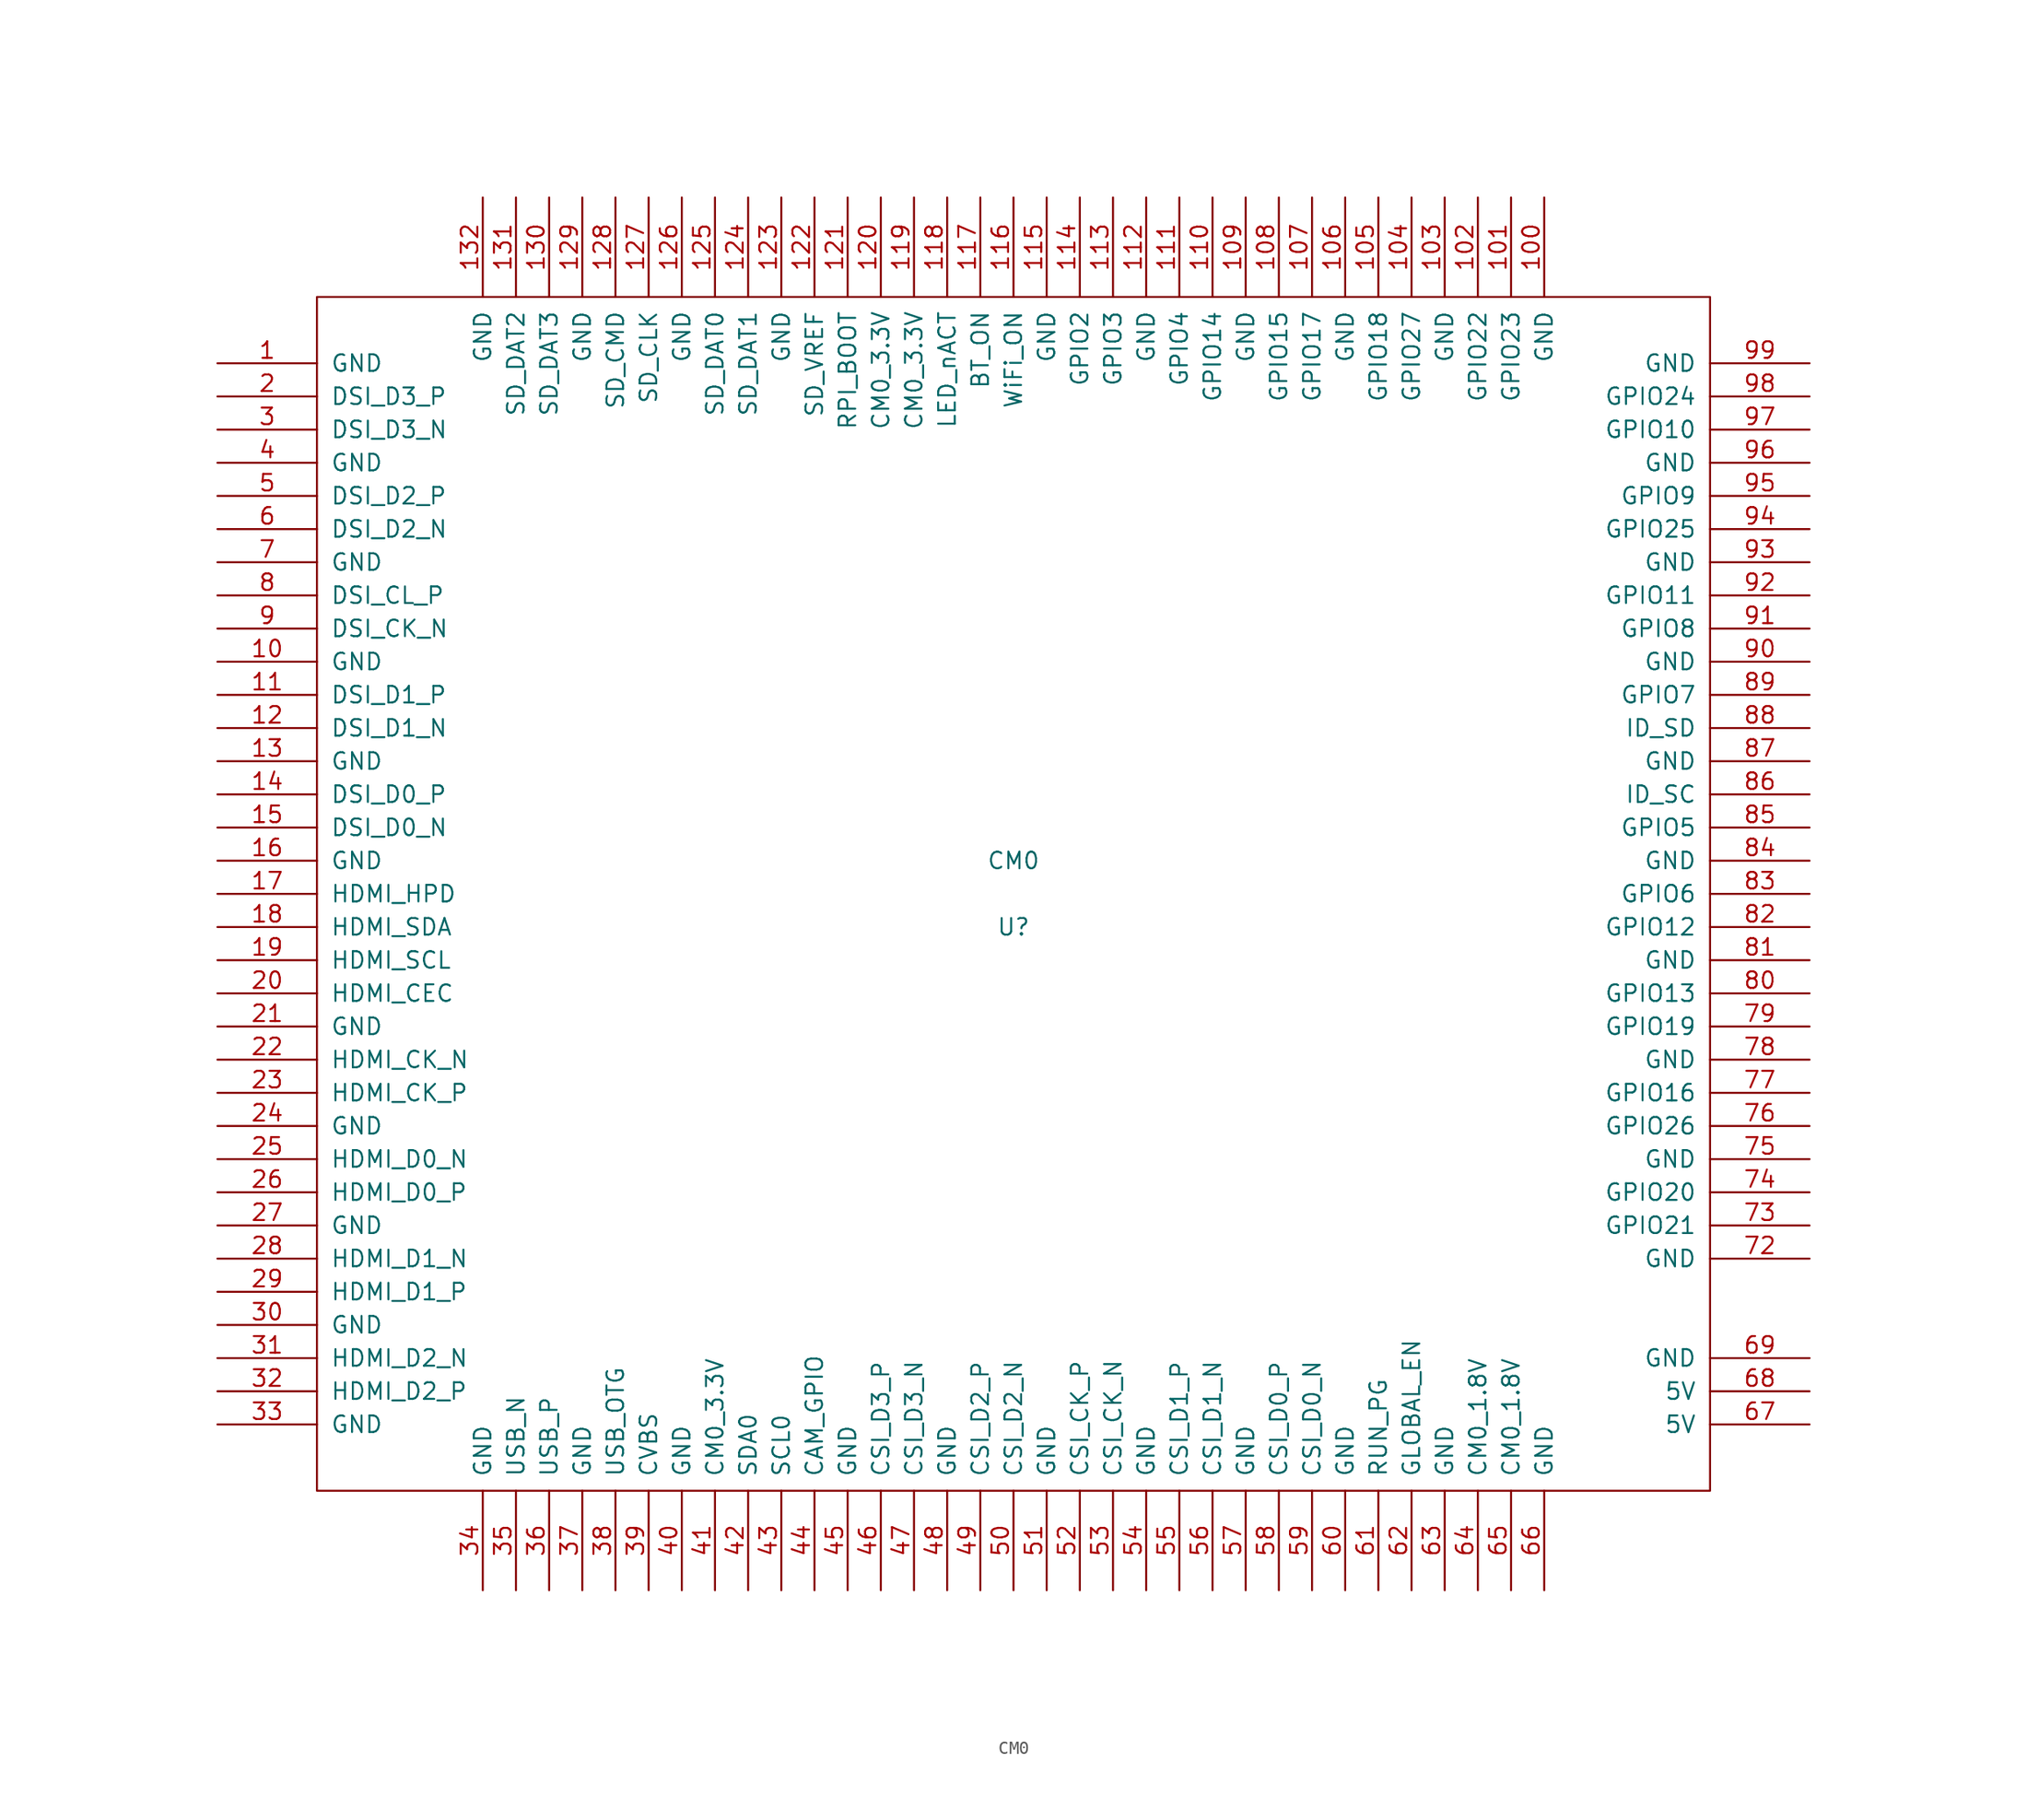
<source format=kicad_sym>
(kicad_symbol_lib
  (version 20241209)
  (generator "kicad_symbol_editor")
  (generator_version "9.0")
  (symbol "CM0"
    (pin_names
      (offset 1.016))
    (property "Reference" "U"
      (at 0 -2.54 0)
      (effects (font (size 1.27 1.27))))
    (property "Value" "CM0"
      (at 0 2.54 0)
      (effects (font (size 1.27 1.27))))
    (symbol "CM0_1_0"
      (rectangle (start -53.34 -45.72) (end 53.34 45.72) (stroke (width 0) (type solid)) (fill (type none))))
    (symbol "CM0_1_1"
      (pin passive line (at -60.96 40.64 0) (length 7.62) (name "GND" (effects (font (size 1.27 1.27)))) (number "1" (effects (font (size 1.27 1.27)))))
      (pin output line (at -60.96 38.1 0) (length 7.62) (name "DSI_D3_P" (effects (font (size 1.27 1.27)))) (number "2" (effects (font (size 1.27 1.27)))))
      (pin output line (at -60.96 35.56 0) (length 7.62) (name "DSI_D3_N" (effects (font (size 1.27 1.27)))) (number "3" (effects (font (size 1.27 1.27)))))
      (pin passive line (at -60.96 33.02 0) (length 7.62) (name "GND" (effects (font (size 1.27 1.27)))) (number "4" (effects (font (size 1.27 1.27)))))
      (pin output line (at -60.96 30.48 0) (length 7.62) (name "DSI_D2_P" (effects (font (size 1.27 1.27)))) (number "5" (effects (font (size 1.27 1.27)))))
      (pin output line (at -60.96 27.94 0) (length 7.62) (name "DSI_D2_N" (effects (font (size 1.27 1.27)))) (number "6" (effects (font (size 1.27 1.27)))))
      (pin passive line (at -60.96 25.4 0) (length 7.62) (name "GND" (effects (font (size 1.27 1.27)))) (number "7" (effects (font (size 1.27 1.27)))))
      (pin output line (at -60.96 22.86 0) (length 7.62) (name "DSI_CL_P" (effects (font (size 1.27 1.27)))) (number "8" (effects (font (size 1.27 1.27)))))
      (pin output line (at -60.96 20.32 0) (length 7.62) (name "DSI_CK_N" (effects (font (size 1.27 1.27)))) (number "9" (effects (font (size 1.27 1.27)))))
      (pin passive line (at -60.96 17.78 0) (length 7.62) (name "GND" (effects (font (size 1.27 1.27)))) (number "10" (effects (font (size 1.27 1.27)))))
      (pin output line (at -60.96 15.24 0) (length 7.62) (name "DSI_D1_P" (effects (font (size 1.27 1.27)))) (number "11" (effects (font (size 1.27 1.27)))))
      (pin output line (at -60.96 12.7 0) (length 7.62) (name "DSI_D1_N" (effects (font (size 1.27 1.27)))) (number "12" (effects (font (size 1.27 1.27)))))
      (pin passive line (at -60.96 10.16 0) (length 7.62) (name "GND" (effects (font (size 1.27 1.27)))) (number "13" (effects (font (size 1.27 1.27)))))
      (pin output line (at -60.96 7.62 0) (length 7.62) (name "DSI_D0_P" (effects (font (size 1.27 1.27)))) (number "14" (effects (font (size 1.27 1.27)))))
      (pin output line (at -60.96 5.08 0) (length 7.62) (name "DSI_D0_N" (effects (font (size 1.27 1.27)))) (number "15" (effects (font (size 1.27 1.27)))))
      (pin passive line (at -60.96 2.54 0) (length 7.62) (name "GND" (effects (font (size 1.27 1.27)))) (number "16" (effects (font (size 1.27 1.27)))))
      (pin input line (at -60.96 0 0) (length 7.62) (name "HDMI_HPD" (effects (font (size 1.27 1.27)))) (number "17" (effects (font (size 1.27 1.27)))))
      (pin bidirectional line (at -60.96 -2.54 0) (length 7.62) (name "HDMI_SDA" (effects (font (size 1.27 1.27)))) (number "18" (effects (font (size 1.27 1.27)))))
      (pin bidirectional line (at -60.96 -5.08 0) (length 7.62) (name "HDMI_SCL" (effects (font (size 1.27 1.27)))) (number "19" (effects (font (size 1.27 1.27)))))
      (pin input line (at -60.96 -7.62 0) (length 7.62) (name "HDMI_CEC" (effects (font (size 1.27 1.27)))) (number "20" (effects (font (size 1.27 1.27)))))
      (pin passive line (at -60.96 -10.16 0) (length 7.62) (name "GND" (effects (font (size 1.27 1.27)))) (number "21" (effects (font (size 1.27 1.27)))))
      (pin output line (at -60.96 -12.7 0) (length 7.62) (name "HDMI_CK_N" (effects (font (size 1.27 1.27)))) (number "22" (effects (font (size 1.27 1.27)))))
      (pin output line (at -60.96 -15.24 0) (length 7.62) (name "HDMI_CK_P" (effects (font (size 1.27 1.27)))) (number "23" (effects (font (size 1.27 1.27)))))
      (pin passive line (at -60.96 -17.78 0) (length 7.62) (name "GND" (effects (font (size 1.27 1.27)))) (number "24" (effects (font (size 1.27 1.27)))))
      (pin output line (at -60.96 -20.32 0) (length 7.62) (name "HDMI_D0_N" (effects (font (size 1.27 1.27)))) (number "25" (effects (font (size 1.27 1.27)))))
      (pin output line (at -60.96 -22.86 0) (length 7.62) (name "HDMI_D0_P" (effects (font (size 1.27 1.27)))) (number "26" (effects (font (size 1.27 1.27)))))
      (pin passive line (at -60.96 -25.4 0) (length 7.62) (name "GND" (effects (font (size 1.27 1.27)))) (number "27" (effects (font (size 1.27 1.27)))))
      (pin output line (at -60.96 -27.94 0) (length 7.62) (name "HDMI_D1_N" (effects (font (size 1.27 1.27)))) (number "28" (effects (font (size 1.27 1.27)))))
      (pin output line (at -60.96 -30.48 0) (length 7.62) (name "HDMI_D1_P" (effects (font (size 1.27 1.27)))) (number "29" (effects (font (size 1.27 1.27)))))
      (pin passive line (at -60.96 -33.02 0) (length 7.62) (name "GND" (effects (font (size 1.27 1.27)))) (number "30" (effects (font (size 1.27 1.27)))))
      (pin output line (at -60.96 -35.56 0) (length 7.62) (name "HDMI_D2_N" (effects (font (size 1.27 1.27)))) (number "31" (effects (font (size 1.27 1.27)))))
      (pin output line (at -60.96 -38.1 0) (length 7.62) (name "HDMI_D2_P" (effects (font (size 1.27 1.27)))) (number "32" (effects (font (size 1.27 1.27)))))
      (pin passive line (at -60.96 -40.64 0) (length 7.62) (name "GND" (effects (font (size 1.27 1.27)))) (number "33" (effects (font (size 1.27 1.27)))))
      (pin passive line (at -40.64 53.34 270) (length 7.62) (name "GND" (effects (font (size 1.27 1.27)))) (number "132" (effects (font (size 1.27 1.27)))))
      (pin passive line (at -40.64 -53.34 90) (length 7.62) (name "GND" (effects (font (size 1.27 1.27)))) (number "34" (effects (font (size 1.27 1.27)))))
      (pin bidirectional line (at -38.1 53.34 270) (length 7.62) (name "SD_DAT2" (effects (font (size 1.27 1.27)))) (number "131" (effects (font (size 1.27 1.27)))))
      (pin bidirectional line (at -38.1 -53.34 90) (length 7.62) (name "USB_N" (effects (font (size 1.27 1.27)))) (number "35" (effects (font (size 1.27 1.27)))))
      (pin bidirectional line (at -35.56 53.34 270) (length 7.62) (name "SD_DAT3" (effects (font (size 1.27 1.27)))) (number "130" (effects (font (size 1.27 1.27)))))
      (pin tri_state line (at -35.56 -53.34 90) (length 7.62) (name "USB_P" (effects (font (size 1.27 1.27)))) (number "36" (effects (font (size 1.27 1.27)))))
      (pin passive line (at -33.02 53.34 270) (length 7.62) (name "GND" (effects (font (size 1.27 1.27)))) (number "129" (effects (font (size 1.27 1.27)))))
      (pin passive line (at -33.02 -53.34 90) (length 7.62) (name "GND" (effects (font (size 1.27 1.27)))) (number "37" (effects (font (size 1.27 1.27)))))
      (pin bidirectional line (at -30.48 53.34 270) (length 7.62) (name "SD_CMD" (effects (font (size 1.27 1.27)))) (number "128" (effects (font (size 1.27 1.27)))))
      (pin input line (at -30.48 -53.34 90) (length 7.62) (name "USB_OTG" (effects (font (size 1.27 1.27)))) (number "38" (effects (font (size 1.27 1.27)))))
      (pin output line (at -27.94 53.34 270) (length 7.62) (name "SD_CLK" (effects (font (size 1.27 1.27)))) (number "127" (effects (font (size 1.27 1.27)))))
      (pin output line (at -27.94 -53.34 90) (length 7.62) (name "CVBS" (effects (font (size 1.27 1.27)))) (number "39" (effects (font (size 1.27 1.27)))))
      (pin passive line (at -25.4 53.34 270) (length 7.62) (name "GND" (effects (font (size 1.27 1.27)))) (number "126" (effects (font (size 1.27 1.27)))))
      (pin passive line (at -25.4 -53.34 90) (length 7.62) (name "GND" (effects (font (size 1.27 1.27)))) (number "40" (effects (font (size 1.27 1.27)))))
      (pin bidirectional line (at -22.86 53.34 270) (length 7.62) (name "SD_DAT0" (effects (font (size 1.27 1.27)))) (number "125" (effects (font (size 1.27 1.27)))))
      (pin power_out line (at -22.86 -53.34 90) (length 7.62) (name "CM0_3.3V" (effects (font (size 1.27 1.27)))) (number "41" (effects (font (size 1.27 1.27)))))
      (pin bidirectional line (at -20.32 53.34 270) (length 7.62) (name "SD_DAT1" (effects (font (size 1.27 1.27)))) (number "124" (effects (font (size 1.27 1.27)))))
      (pin bidirectional line (at -20.32 -53.34 90) (length 7.62) (name "SDA0" (effects (font (size 1.27 1.27)))) (number "42" (effects (font (size 1.27 1.27)))))
      (pin passive line (at -17.78 53.34 270) (length 7.62) (name "GND" (effects (font (size 1.27 1.27)))) (number "123" (effects (font (size 1.27 1.27)))))
      (pin bidirectional line (at -17.78 -53.34 90) (length 7.62) (name "SCL0" (effects (font (size 1.27 1.27)))) (number "43" (effects (font (size 1.27 1.27)))))
      (pin input line (at -15.24 53.34 270) (length 7.62) (name "SD_VREF" (effects (font (size 1.27 1.27)))) (number "122" (effects (font (size 1.27 1.27)))))
      (pin bidirectional line (at -15.24 -53.34 90) (length 7.62) (name "CAM_GPIO" (effects (font (size 1.27 1.27)))) (number "44" (effects (font (size 1.27 1.27)))))
      (pin input line (at -12.7 53.34 270) (length 7.62) (name "RPI_BOOT" (effects (font (size 1.27 1.27)))) (number "121" (effects (font (size 1.27 1.27)))))
      (pin passive line (at -12.7 -53.34 90) (length 7.62) (name "GND" (effects (font (size 1.27 1.27)))) (number "45" (effects (font (size 1.27 1.27)))))
      (pin power_out line (at -10.16 53.34 270) (length 7.62) (name "CM0_3.3V" (effects (font (size 1.27 1.27)))) (number "120" (effects (font (size 1.27 1.27)))))
      (pin input line (at -10.16 -53.34 90) (length 7.62) (name "CSI_D3_P" (effects (font (size 1.27 1.27)))) (number "46" (effects (font (size 1.27 1.27)))))
      (pin power_out line (at -7.62 53.34 270) (length 7.62) (name "CM0_3.3V" (effects (font (size 1.27 1.27)))) (number "119" (effects (font (size 1.27 1.27)))))
      (pin input line (at -7.62 -53.34 90) (length 7.62) (name "CSI_D3_N" (effects (font (size 1.27 1.27)))) (number "47" (effects (font (size 1.27 1.27)))))
      (pin output line (at -5.08 53.34 270) (length 7.62) (name "LED_nACT" (effects (font (size 1.27 1.27)))) (number "118" (effects (font (size 1.27 1.27)))))
      (pin passive line (at -5.08 -53.34 90) (length 7.62) (name "GND" (effects (font (size 1.27 1.27)))) (number "48" (effects (font (size 1.27 1.27)))))
      (pin input line (at -2.54 53.34 270) (length 7.62) (name "BT_ON" (effects (font (size 1.27 1.27)))) (number "117" (effects (font (size 1.27 1.27)))))
      (pin input line (at -2.54 -53.34 90) (length 7.62) (name "CSI_D2_P" (effects (font (size 1.27 1.27)))) (number "49" (effects (font (size 1.27 1.27)))))
      (pin input line (at 0 53.34 270) (length 7.62) (name "WiFi_ON" (effects (font (size 1.27 1.27)))) (number "116" (effects (font (size 1.27 1.27)))))
      (pin input line (at 0 -53.34 90) (length 7.62) (name "CSI_D2_N" (effects (font (size 1.27 1.27)))) (number "50" (effects (font (size 1.27 1.27)))))
      (pin passive line (at 2.54 53.34 270) (length 7.62) (name "GND" (effects (font (size 1.27 1.27)))) (number "115" (effects (font (size 1.27 1.27)))))
      (pin passive line (at 2.54 -53.34 90) (length 7.62) (name "GND" (effects (font (size 1.27 1.27)))) (number "51" (effects (font (size 1.27 1.27)))))
      (pin bidirectional line (at 5.08 53.34 270) (length 7.62) (name "GPIO2" (effects (font (size 1.27 1.27)))) (number "114" (effects (font (size 1.27 1.27)))))
      (pin input line (at 5.08 -53.34 90) (length 7.62) (name "CSI_CK_P" (effects (font (size 1.27 1.27)))) (number "52" (effects (font (size 1.27 1.27)))))
      (pin bidirectional line (at 7.62 53.34 270) (length 7.62) (name "GPIO3" (effects (font (size 1.27 1.27)))) (number "113" (effects (font (size 1.27 1.27)))))
      (pin input line (at 7.62 -53.34 90) (length 7.62) (name "CSI_CK_N" (effects (font (size 1.27 1.27)))) (number "53" (effects (font (size 1.27 1.27)))))
      (pin passive line (at 10.16 53.34 270) (length 7.62) (name "GND" (effects (font (size 1.27 1.27)))) (number "112" (effects (font (size 1.27 1.27)))))
      (pin passive line (at 10.16 -53.34 90) (length 7.62) (name "GND" (effects (font (size 1.27 1.27)))) (number "54" (effects (font (size 1.27 1.27)))))
      (pin bidirectional line (at 12.7 53.34 270) (length 7.62) (name "GPIO4" (effects (font (size 1.27 1.27)))) (number "111" (effects (font (size 1.27 1.27)))))
      (pin input line (at 12.7 -53.34 90) (length 7.62) (name "CSI_D1_P" (effects (font (size 1.27 1.27)))) (number "55" (effects (font (size 1.27 1.27)))))
      (pin bidirectional line (at 15.24 53.34 270) (length 7.62) (name "GPIO14" (effects (font (size 1.27 1.27)))) (number "110" (effects (font (size 1.27 1.27)))))
      (pin input line (at 15.24 -53.34 90) (length 7.62) (name "CSI_D1_N" (effects (font (size 1.27 1.27)))) (number "56" (effects (font (size 1.27 1.27)))))
      (pin passive line (at 17.78 53.34 270) (length 7.62) (name "GND" (effects (font (size 1.27 1.27)))) (number "109" (effects (font (size 1.27 1.27)))))
      (pin passive line (at 17.78 -53.34 90) (length 7.62) (name "GND" (effects (font (size 1.27 1.27)))) (number "57" (effects (font (size 1.27 1.27)))))
      (pin bidirectional line (at 20.32 53.34 270) (length 7.62) (name "GPIO15" (effects (font (size 1.27 1.27)))) (number "108" (effects (font (size 1.27 1.27)))))
      (pin input line (at 20.32 -53.34 90) (length 7.62) (name "CSI_D0_P" (effects (font (size 1.27 1.27)))) (number "58" (effects (font (size 1.27 1.27)))))
      (pin bidirectional line (at 22.86 53.34 270) (length 7.62) (name "GPIO17" (effects (font (size 1.27 1.27)))) (number "107" (effects (font (size 1.27 1.27)))))
      (pin input line (at 22.86 -53.34 90) (length 7.62) (name "CSI_D0_N" (effects (font (size 1.27 1.27)))) (number "59" (effects (font (size 1.27 1.27)))))
      (pin passive line (at 25.4 53.34 270) (length 7.62) (name "GND" (effects (font (size 1.27 1.27)))) (number "106" (effects (font (size 1.27 1.27)))))
      (pin passive line (at 25.4 -53.34 90) (length 7.62) (name "GND" (effects (font (size 1.27 1.27)))) (number "60" (effects (font (size 1.27 1.27)))))
      (pin bidirectional line (at 27.94 53.34 270) (length 7.62) (name "GPIO18" (effects (font (size 1.27 1.27)))) (number "105" (effects (font (size 1.27 1.27)))))
      (pin bidirectional line (at 27.94 -53.34 90) (length 7.62) (name "RUN_PG" (effects (font (size 1.27 1.27)))) (number "61" (effects (font (size 1.27 1.27)))))
      (pin bidirectional line (at 30.48 53.34 270) (length 7.62) (name "GPIO27" (effects (font (size 1.27 1.27)))) (number "104" (effects (font (size 1.27 1.27)))))
      (pin input line (at 30.48 -53.34 90) (length 7.62) (name "GLOBAL_EN" (effects (font (size 1.27 1.27)))) (number "62" (effects (font (size 1.27 1.27)))))
      (pin passive line (at 33.02 53.34 270) (length 7.62) (name "GND" (effects (font (size 1.27 1.27)))) (number "103" (effects (font (size 1.27 1.27)))))
      (pin passive line (at 33.02 -53.34 90) (length 7.62) (name "GND" (effects (font (size 1.27 1.27)))) (number "63" (effects (font (size 1.27 1.27)))))
      (pin bidirectional line (at 35.56 53.34 270) (length 7.62) (name "GPIO22" (effects (font (size 1.27 1.27)))) (number "102" (effects (font (size 1.27 1.27)))))
      (pin power_out line (at 35.56 -53.34 90) (length 7.62) (name "CM0_1.8V" (effects (font (size 1.27 1.27)))) (number "64" (effects (font (size 1.27 1.27)))))
      (pin bidirectional line (at 38.1 53.34 270) (length 7.62) (name "GPIO23" (effects (font (size 1.27 1.27)))) (number "101" (effects (font (size 1.27 1.27)))))
      (pin power_out line (at 38.1 -53.34 90) (length 7.62) (name "CM0_1.8V" (effects (font (size 1.27 1.27)))) (number "65" (effects (font (size 1.27 1.27)))))
      (pin passive line (at 40.64 53.34 270) (length 7.62) (name "GND" (effects (font (size 1.27 1.27)))) (number "100" (effects (font (size 1.27 1.27)))))
      (pin passive line (at 40.64 -53.34 90) (length 7.62) (name "GND" (effects (font (size 1.27 1.27)))) (number "66" (effects (font (size 1.27 1.27)))))
      (pin passive line (at 60.96 40.64 180) (length 7.62) (name "GND" (effects (font (size 1.27 1.27)))) (number "99" (effects (font (size 1.27 1.27)))))
      (pin bidirectional line (at 60.96 38.1 180) (length 7.62) (name "GPIO24" (effects (font (size 1.27 1.27)))) (number "98" (effects (font (size 1.27 1.27)))))
      (pin bidirectional line (at 60.96 35.56 180) (length 7.62) (name "GPIO10" (effects (font (size 1.27 1.27)))) (number "97" (effects (font (size 1.27 1.27)))))
      (pin passive line (at 60.96 33.02 180) (length 7.62) (name "GND" (effects (font (size 1.27 1.27)))) (number "96" (effects (font (size 1.27 1.27)))))
      (pin bidirectional line (at 60.96 30.48 180) (length 7.62) (name "GPIO9" (effects (font (size 1.27 1.27)))) (number "95" (effects (font (size 1.27 1.27)))))
      (pin bidirectional line (at 60.96 27.94 180) (length 7.62) (name "GPIO25" (effects (font (size 1.27 1.27)))) (number "94" (effects (font (size 1.27 1.27)))))
      (pin passive line (at 60.96 25.4 180) (length 7.62) (name "GND" (effects (font (size 1.27 1.27)))) (number "93" (effects (font (size 1.27 1.27)))))
      (pin bidirectional line (at 60.96 22.86 180) (length 7.62) (name "GPIO11" (effects (font (size 1.27 1.27)))) (number "92" (effects (font (size 1.27 1.27)))))
      (pin bidirectional line (at 60.96 20.32 180) (length 7.62) (name "GPIO8" (effects (font (size 1.27 1.27)))) (number "91" (effects (font (size 1.27 1.27)))))
      (pin passive line (at 60.96 17.78 180) (length 7.62) (name "GND" (effects (font (size 1.27 1.27)))) (number "90" (effects (font (size 1.27 1.27)))))
      (pin bidirectional line (at 60.96 15.24 180) (length 7.62) (name "GPIO7" (effects (font (size 1.27 1.27)))) (number "89" (effects (font (size 1.27 1.27)))))
      (pin bidirectional line (at 60.96 12.7 180) (length 7.62) (name "ID_SD" (effects (font (size 1.27 1.27)))) (number "88" (effects (font (size 1.27 1.27)))))
      (pin passive line (at 60.96 10.16 180) (length 7.62) (name "GND" (effects (font (size 1.27 1.27)))) (number "87" (effects (font (size 1.27 1.27)))))
      (pin bidirectional line (at 60.96 7.62 180) (length 7.62) (name "ID_SC" (effects (font (size 1.27 1.27)))) (number "86" (effects (font (size 1.27 1.27)))))
      (pin bidirectional line (at 60.96 5.08 180) (length 7.62) (name "GPIO5" (effects (font (size 1.27 1.27)))) (number "85" (effects (font (size 1.27 1.27)))))
      (pin passive line (at 60.96 2.54 180) (length 7.62) (name "GND" (effects (font (size 1.27 1.27)))) (number "84" (effects (font (size 1.27 1.27)))))
      (pin bidirectional line (at 60.96 0 180) (length 7.62) (name "GPIO6" (effects (font (size 1.27 1.27)))) (number "83" (effects (font (size 1.27 1.27)))))
      (pin bidirectional line (at 60.96 -2.54 180) (length 7.62) (name "GPIO12" (effects (font (size 1.27 1.27)))) (number "82" (effects (font (size 1.27 1.27)))))
      (pin passive line (at 60.96 -5.08 180) (length 7.62) (name "GND" (effects (font (size 1.27 1.27)))) (number "81" (effects (font (size 1.27 1.27)))))
      (pin bidirectional line (at 60.96 -7.62 180) (length 7.62) (name "GPIO13" (effects (font (size 1.27 1.27)))) (number "80" (effects (font (size 1.27 1.27)))))
      (pin bidirectional line (at 60.96 -10.16 180) (length 7.62) (name "GPIO19" (effects (font (size 1.27 1.27)))) (number "79" (effects (font (size 1.27 1.27)))))
      (pin passive line (at 60.96 -12.7 180) (length 7.62) (name "GND" (effects (font (size 1.27 1.27)))) (number "78" (effects (font (size 1.27 1.27)))))
      (pin bidirectional line (at 60.96 -15.24 180) (length 7.62) (name "GPIO16" (effects (font (size 1.27 1.27)))) (number "77" (effects (font (size 1.27 1.27)))))
      (pin bidirectional line (at 60.96 -17.78 180) (length 7.62) (name "GPIO26" (effects (font (size 1.27 1.27)))) (number "76" (effects (font (size 1.27 1.27)))))
      (pin passive line (at 60.96 -20.32 180) (length 7.62) (name "GND" (effects (font (size 1.27 1.27)))) (number "75" (effects (font (size 1.27 1.27)))))
      (pin bidirectional line (at 60.96 -22.86 180) (length 7.62) (name "GPIO20" (effects (font (size 1.27 1.27)))) (number "74" (effects (font (size 1.27 1.27)))))
      (pin bidirectional line (at 60.96 -25.4 180) (length 7.62) (name "GPIO21" (effects (font (size 1.27 1.27)))) (number "73" (effects (font (size 1.27 1.27)))))
      (pin passive line (at 60.96 -27.94 180) (length 7.62) (name "GND" (effects (font (size 1.27 1.27)))) (number "72" (effects (font (size 1.27 1.27)))))
      (pin unspecified line (at 60.96 -30.48 180) (length 7.62) (hide yes) (name "NC" (effects (font (size 1.27 1.27)))) (number "71" (effects (font (size 1.27 1.27)))))
      (pin unspecified line (at 60.96 -33.02 180) (length 7.62) (hide yes) (name "NC" (effects (font (size 1.27 1.27)))) (number "70" (effects (font (size 1.27 1.27)))))
      (pin passive line (at 60.96 -35.56 180) (length 7.62) (name "GND" (effects (font (size 1.27 1.27)))) (number "69" (effects (font (size 1.27 1.27)))))
      (pin power_in line (at 60.96 -38.1 180) (length 7.62) (name "5V" (effects (font (size 1.27 1.27)))) (number "68" (effects (font (size 1.27 1.27)))))
      (pin power_in line (at 60.96 -40.64 180) (length 7.62) (name "5V" (effects (font (size 1.27 1.27)))) (number "67" (effects (font (size 1.27 1.27))))))))
</source>
